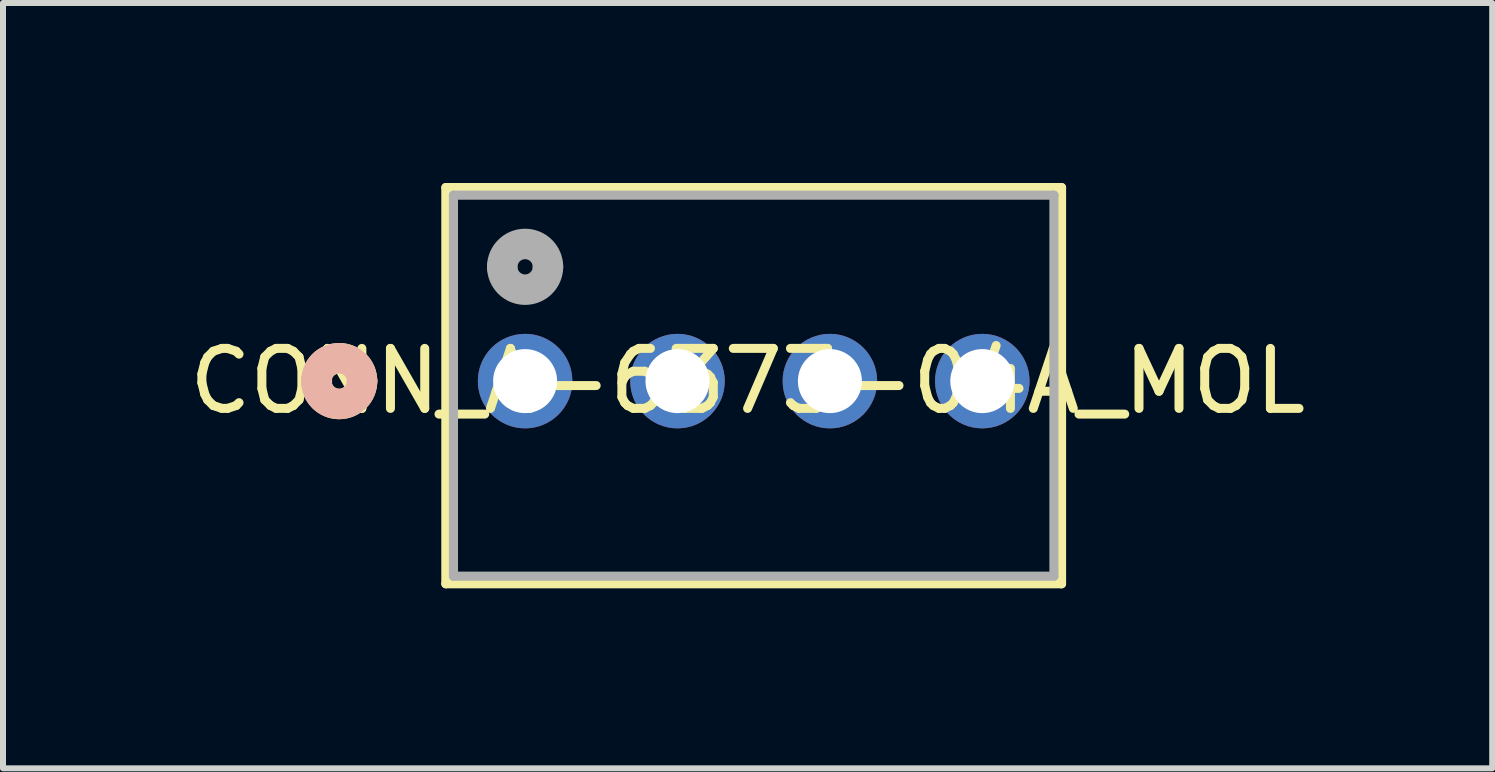
<source format=kicad_pcb>
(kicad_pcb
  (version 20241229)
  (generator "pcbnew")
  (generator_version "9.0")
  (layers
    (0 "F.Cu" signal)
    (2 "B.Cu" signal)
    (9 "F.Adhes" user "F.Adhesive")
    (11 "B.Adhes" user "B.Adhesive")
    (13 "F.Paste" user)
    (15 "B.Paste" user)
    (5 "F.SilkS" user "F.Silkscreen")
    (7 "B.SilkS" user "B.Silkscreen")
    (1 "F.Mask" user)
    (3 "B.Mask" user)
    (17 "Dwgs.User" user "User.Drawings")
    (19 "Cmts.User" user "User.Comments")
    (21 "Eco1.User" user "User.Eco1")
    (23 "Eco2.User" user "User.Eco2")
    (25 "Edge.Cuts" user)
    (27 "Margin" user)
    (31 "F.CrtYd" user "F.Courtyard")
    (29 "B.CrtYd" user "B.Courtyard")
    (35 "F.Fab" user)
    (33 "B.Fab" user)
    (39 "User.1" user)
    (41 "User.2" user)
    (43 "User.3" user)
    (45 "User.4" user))
  (footprint "CONN_A-6373-04A_MOL"
    (layer "F.Cu")
    (at 5.702 3.302)
    (property "Reference" "CONN_A-6373-04A_MOL" (at 3.708 0 0) (layer "F.SilkS") (effects (font (size 1 1) (thickness 0.15))))
    (attr through_hole)
    (fp_line (start -1.321 -3.226) (end -1.321 3.378) (stroke (width 0.152) (type solid)) (layer "F.SilkS"))
    (fp_line (start -1.321 3.378) (end 8.941 3.378) (stroke (width 0.152) (type solid)) (layer "F.SilkS"))
    (fp_line (start 8.941 -3.226) (end -1.321 -3.226) (stroke (width 0.152) (type solid)) (layer "F.SilkS"))
    (fp_line (start 8.941 3.378) (end 8.941 -3.226) (stroke (width 0.152) (type solid)) (layer "F.SilkS"))
    (fp_arc (start -3.4798 0) (mid -3.0988 -0.381) (end -2.7178 0) (stroke (width 0.508) (type solid)) (layer "F.SilkS"))
    (fp_arc (start -2.7178 0) (mid -3.0988 0.381) (end -3.4798 0) (stroke (width 0.508) (type solid)) (layer "F.SilkS"))
    (fp_arc (start -3.4798 0) (mid -3.0988 -0.381) (end -2.7178 0) (stroke (width 0.508) (type solid)) (layer "B.SilkS"))
    (fp_arc (start -2.7178 0) (mid -3.0988 0.381) (end -3.4798 0) (stroke (width 0.508) (type solid)) (layer "B.SilkS"))
    (fp_line (start -1.194 -3.099) (end -1.194 3.251) (stroke (width 0.152) (type solid)) (layer "F.Fab"))
    (fp_line (start -1.194 3.251) (end 8.814 3.251) (stroke (width 0.152) (type solid)) (layer "F.Fab"))
    (fp_line (start 8.814 -3.099) (end -1.194 -3.099) (stroke (width 0.152) (type solid)) (layer "F.Fab"))
    (fp_line (start 8.814 3.251) (end 8.814 -3.099) (stroke (width 0.152) (type solid)) (layer "F.Fab"))
    (fp_arc (start -0.381 -1.905) (mid 0 -2.286) (end 0.381 -1.905) (stroke (width 0.508) (type solid)) (layer "F.Fab"))
    (fp_arc (start 0.381 -1.905) (mid 0 -1.524) (end -0.381 -1.905) (stroke (width 0.508) (type solid)) (layer "F.Fab"))
    (pad "1" thru_hole circle (at 0 0) (size 1.575 1.575) (drill 1.067) (layers "*.Cu" "*.Mask"))
    (pad "2" thru_hole circle (at 2.54 0) (size 1.575 1.575) (drill 1.067) (layers "*.Cu" "*.Mask"))
    (pad "3" thru_hole circle (at 5.08 0) (size 1.575 1.575) (drill 1.067) (layers "*.Cu" "*.Mask"))
    (pad "4" thru_hole circle (at 7.62 0) (size 1.575 1.575) (drill 1.067) (layers "*.Cu" "*.Mask")))
  (gr_rect
    (start -3 -3)
    (end 21.821 9.756)
    (stroke (width 0.1) (type default))
    (fill no)
    (layer "Edge.Cuts")))
</source>
